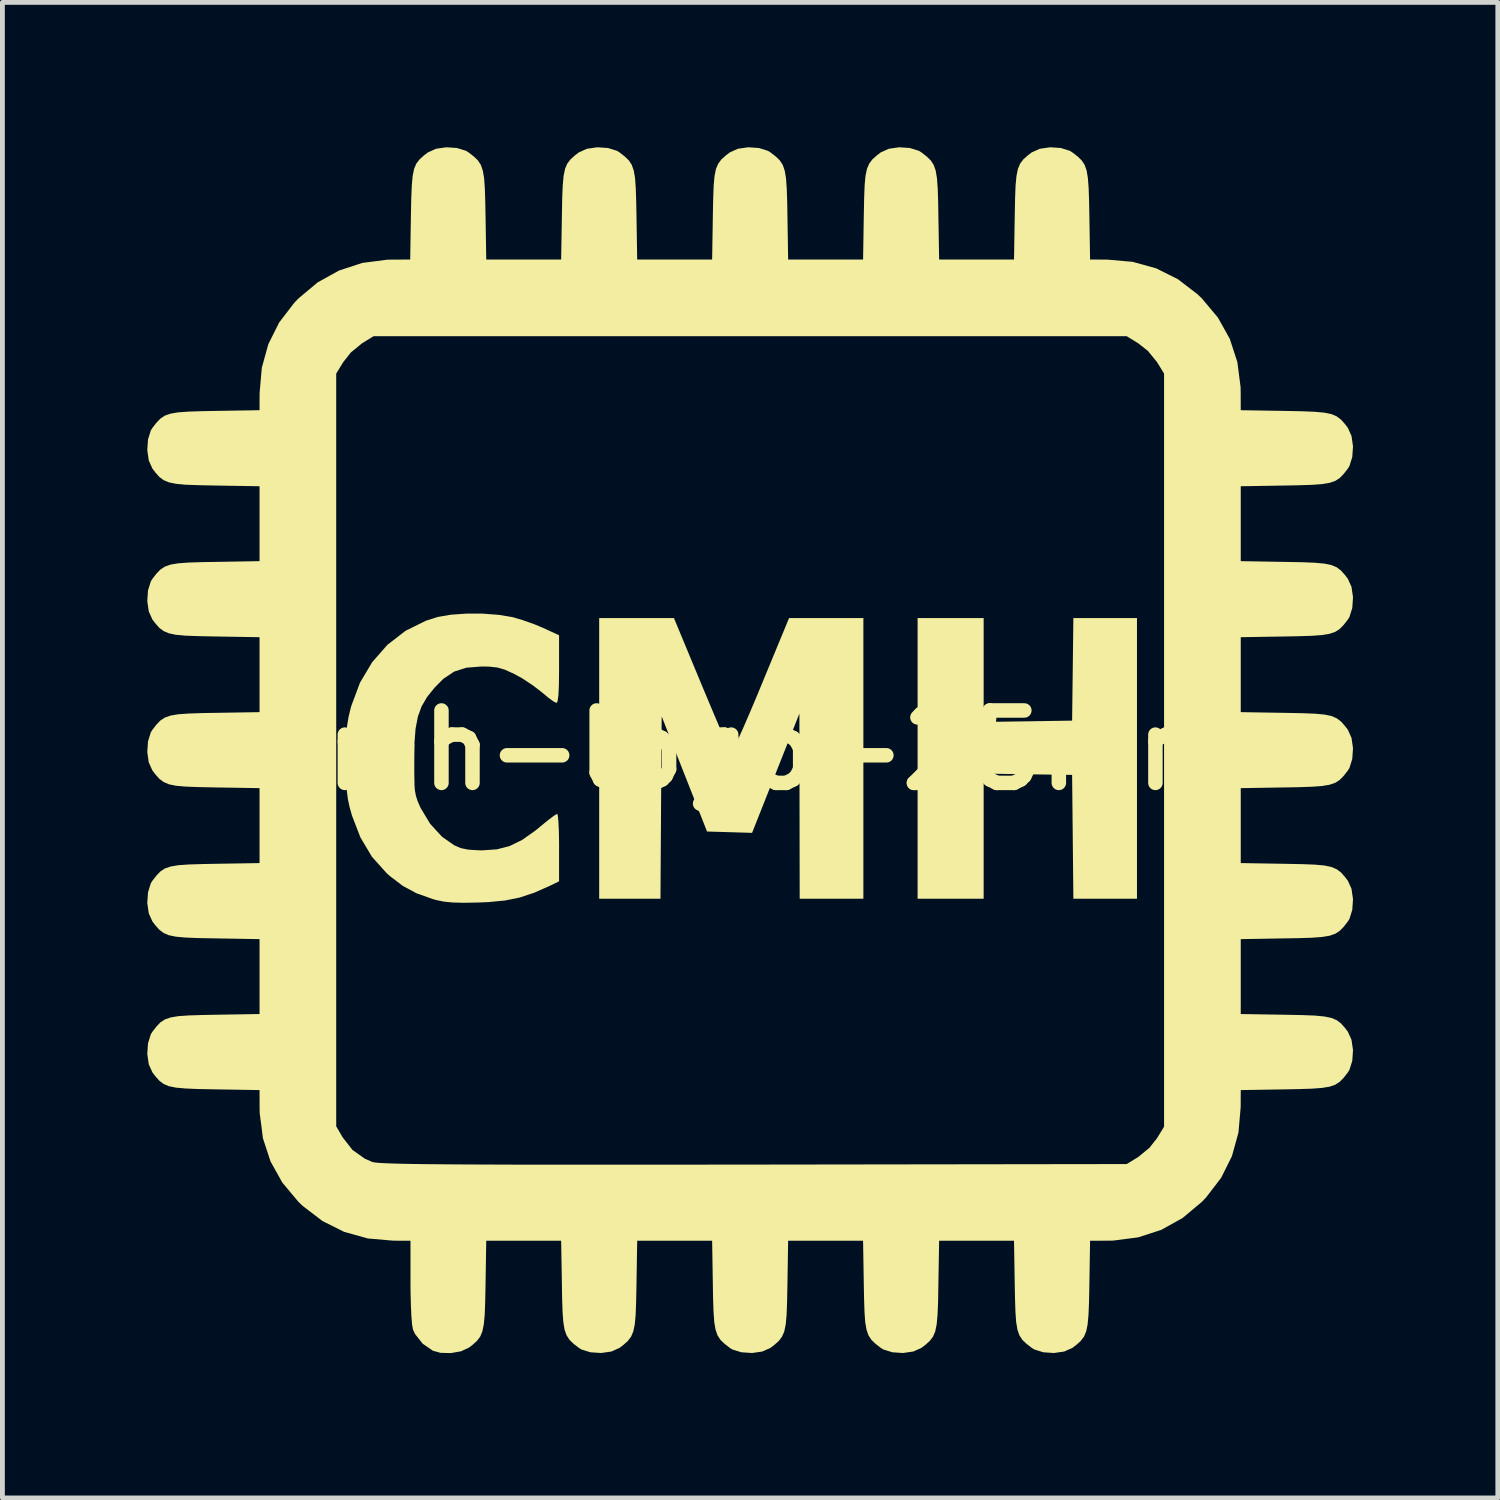
<source format=kicad_pcb>
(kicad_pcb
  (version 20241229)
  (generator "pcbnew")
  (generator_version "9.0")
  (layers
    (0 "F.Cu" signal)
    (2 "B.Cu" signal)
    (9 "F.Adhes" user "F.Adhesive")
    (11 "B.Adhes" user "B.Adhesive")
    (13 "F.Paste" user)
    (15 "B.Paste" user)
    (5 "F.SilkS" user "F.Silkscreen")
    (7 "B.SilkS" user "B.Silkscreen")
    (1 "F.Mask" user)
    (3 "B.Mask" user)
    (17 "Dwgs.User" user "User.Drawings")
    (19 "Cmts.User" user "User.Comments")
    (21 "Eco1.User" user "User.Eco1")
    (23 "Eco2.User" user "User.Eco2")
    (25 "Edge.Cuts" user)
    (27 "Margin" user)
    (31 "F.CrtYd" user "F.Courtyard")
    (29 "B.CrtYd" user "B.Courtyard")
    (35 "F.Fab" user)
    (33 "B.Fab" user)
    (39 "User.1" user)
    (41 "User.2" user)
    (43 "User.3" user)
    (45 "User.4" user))
  (footprint "cmh-logo-25mm"
    (layer "F.Cu")
    (at 12.485 12.485)
    (property "Reference" "cmh-logo-25mm" (at 0 0 0) (layer "F.SilkS") (effects (font (size 1.5 1.5) (thickness 0.3))))
    (attr board_only exclude_from_pos_files exclude_from_bom)
    (fp_poly (pts (xy 4.836 -1.66) (xy 4.836 -0.584) (xy 5.752 -0.597) (xy 6.668 -0.611) (xy 6.681 -1.673) (xy 6.694 -2.735) (xy 7.352 -2.735) (xy 8.011 -2.735) (xy 8.011 0.171) (xy 8.011 3.077) (xy 7.352 3.077) (xy 6.694 3.077) (xy 6.681 1.795) (xy 6.668 0.513) (xy 5.752 0.5) (xy 4.836 0.486) (xy 4.836 1.782) (xy 4.836 3.077) (xy 4.152 3.077) (xy 3.468 3.077) (xy 3.468 0.171) (xy 3.468 -2.735) (xy 4.152 -2.735) (xy 4.836 -2.735)) (stroke (width 0) (type solid)) (fill yes) (layer "F.SilkS"))
    (fp_poly (pts (xy -1.005 -1.355) (xy -0.861 -1.011) (xy -0.728 -0.695) (xy -0.611 -0.42) (xy -0.515 -0.197) (xy -0.444 -0.037) (xy -0.404 0.049) (xy -0.397 0.06) (xy -0.371 0.026) (xy -0.313 -0.089) (xy -0.227 -0.273) (xy -0.119 -0.516) (xy 0.007 -0.808) (xy 0.146 -1.138) (xy 0.221 -1.32) (xy 0.806 -2.735) (xy 1.575 -2.735) (xy 2.345 -2.735) (xy 2.345 0.171) (xy 2.345 3.077) (xy 1.685 3.077) (xy 1.026 3.077) (xy 1.023 1.16) (xy 1.02 -0.757) (xy 0.53 0.478) (xy 0.04 1.713) (xy -0.427 1.699) (xy -0.893 1.685) (xy -1.363 0.493) (xy -1.832 -0.699) (xy -1.845 1.189) (xy -1.857 3.077) (xy -2.492 3.077) (xy -3.126 3.077) (xy -3.126 0.171) (xy -3.126 -2.735) (xy -2.352 -2.735) (xy -1.578 -2.735)) (stroke (width 0) (type solid)) (fill yes) (layer "F.SilkS"))
    (fp_poly (pts (xy -5.539 -2.827) (xy -5.207 -2.802) (xy -4.933 -2.757) (xy -4.716 -2.695) (xy -4.471 -2.608) (xy -4.286 -2.531) (xy -3.957 -2.379) (xy -3.957 -1.678) (xy -3.96 -1.361) (xy -3.97 -1.14) (xy -3.988 -1.012) (xy -4.01 -0.977) (xy -4.071 -1.007) (xy -4.18 -1.087) (xy -4.314 -1.198) (xy -4.315 -1.199) (xy -4.5 -1.342) (xy -4.72 -1.487) (xy -4.884 -1.577) (xy -5.074 -1.664) (xy -5.233 -1.711) (xy -5.408 -1.73) (xy -5.568 -1.732) (xy -5.878 -1.707) (xy -6.131 -1.626) (xy -6.355 -1.476) (xy -6.538 -1.291) (xy -6.691 -1.099) (xy -6.804 -0.906) (xy -6.881 -0.694) (xy -6.929 -0.442) (xy -6.953 -0.13) (xy -6.959 0.195) (xy -6.959 0.476) (xy -6.954 0.681) (xy -6.943 0.831) (xy -6.921 0.948) (xy -6.887 1.054) (xy -6.837 1.169) (xy -6.824 1.197) (xy -6.628 1.524) (xy -6.381 1.794) (xy -6.13 1.969) (xy -5.993 2.029) (xy -5.836 2.061) (xy -5.626 2.074) (xy -5.544 2.075) (xy -5.248 2.055) (xy -4.983 1.987) (xy -4.723 1.86) (xy -4.446 1.665) (xy -4.325 1.565) (xy -4.183 1.449) (xy -4.068 1.362) (xy -4.001 1.32) (xy -3.995 1.319) (xy -3.982 1.365) (xy -3.97 1.491) (xy -3.961 1.681) (xy -3.957 1.916) (xy -3.957 2.018) (xy -3.957 2.717) (xy -4.14 2.806) (xy -4.467 2.951) (xy -4.766 3.051) (xy -5.07 3.113) (xy -5.417 3.147) (xy -5.642 3.156) (xy -5.939 3.161) (xy -6.164 3.155) (xy -6.343 3.137) (xy -6.499 3.105) (xy -6.57 3.085) (xy -6.91 2.964) (xy -7.193 2.812) (xy -7.459 2.609) (xy -7.528 2.548) (xy -7.832 2.209) (xy -8.071 1.808) (xy -8.247 1.351) (xy -8.296 1.176) (xy -8.33 1.016) (xy -8.352 0.844) (xy -8.364 0.636) (xy -8.37 0.366) (xy -8.371 0.22) (xy -8.37 -0.089) (xy -8.362 -0.327) (xy -8.345 -0.517) (xy -8.317 -0.686) (xy -8.275 -0.86) (xy -8.26 -0.915) (xy -8.08 -1.397) (xy -7.828 -1.821) (xy -7.512 -2.181) (xy -7.139 -2.47) (xy -6.715 -2.68) (xy -6.47 -2.758) (xy -6.206 -2.804) (xy -5.884 -2.827)) (stroke (width 0) (type solid)) (fill yes) (layer "F.SilkS"))
    (fp_poly (pts (xy 6.434 -12.47) (xy 6.622 -12.411) (xy 6.673 -12.379) (xy 6.784 -12.293) (xy 6.867 -12.212) (xy 6.928 -12.12) (xy 6.969 -12.002) (xy 6.995 -11.844) (xy 7.011 -11.629) (xy 7.02 -11.343) (xy 7.025 -11.085) (xy 7.04 -10.16) (xy 7.391 -10.159) (xy 7.919 -10.113) (xy 8.408 -9.978) (xy 8.857 -9.754) (xy 9.265 -9.441) (xy 9.355 -9.355) (xy 9.689 -8.956) (xy 9.934 -8.516) (xy 10.09 -8.037) (xy 10.157 -7.518) (xy 10.159 -7.391) (xy 10.16 -7.04) (xy 11.085 -7.025) (xy 11.432 -7.018) (xy 11.696 -7.007) (xy 11.893 -6.989) (xy 12.039 -6.959) (xy 12.147 -6.913) (xy 12.235 -6.846) (xy 12.316 -6.756) (xy 12.379 -6.673) (xy 12.454 -6.506) (xy 12.485 -6.292) (xy 12.47 -6.071) (xy 12.411 -5.883) (xy 12.379 -5.832) (xy 12.293 -5.721) (xy 12.212 -5.637) (xy 12.12 -5.577) (xy 12.002 -5.536) (xy 11.844 -5.509) (xy 11.629 -5.494) (xy 11.343 -5.485) (xy 11.085 -5.48) (xy 10.16 -5.465) (xy 10.16 -4.689) (xy 10.16 -3.914) (xy 11.085 -3.898) (xy 11.432 -3.892) (xy 11.696 -3.881) (xy 11.893 -3.863) (xy 12.039 -3.833) (xy 12.147 -3.787) (xy 12.235 -3.72) (xy 12.316 -3.63) (xy 12.379 -3.547) (xy 12.454 -3.38) (xy 12.485 -3.166) (xy 12.47 -2.945) (xy 12.411 -2.756) (xy 12.379 -2.705) (xy 12.293 -2.595) (xy 12.212 -2.511) (xy 12.12 -2.451) (xy 12.002 -2.41) (xy 11.844 -2.383) (xy 11.629 -2.368) (xy 11.343 -2.359) (xy 11.085 -2.354) (xy 10.16 -2.339) (xy 10.16 -1.563) (xy 10.16 -0.787) (xy 11.085 -0.772) (xy 11.432 -0.765) (xy 11.696 -0.755) (xy 11.893 -0.737) (xy 12.039 -0.707) (xy 12.147 -0.66) (xy 12.235 -0.594) (xy 12.316 -0.503) (xy 12.379 -0.421) (xy 12.454 -0.254) (xy 12.485 -0.04) (xy 12.47 0.182) (xy 12.411 0.37) (xy 12.379 0.421) (xy 12.293 0.532) (xy 12.212 0.615) (xy 12.12 0.675) (xy 12.002 0.716) (xy 11.844 0.743) (xy 11.629 0.758) (xy 11.343 0.768) (xy 11.085 0.772) (xy 10.16 0.787) (xy 10.16 1.563) (xy 10.16 2.339) (xy 11.085 2.354) (xy 11.432 2.361) (xy 11.696 2.371) (xy 11.893 2.389) (xy 12.039 2.42) (xy 12.147 2.466) (xy 12.235 2.532) (xy 12.316 2.623) (xy 12.379 2.705) (xy 12.454 2.872) (xy 12.485 3.087) (xy 12.47 3.308) (xy 12.411 3.496) (xy 12.379 3.547) (xy 12.293 3.658) (xy 12.212 3.741) (xy 12.12 3.801) (xy 12.002 3.843) (xy 11.844 3.869) (xy 11.629 3.885) (xy 11.343 3.894) (xy 11.085 3.898) (xy 10.16 3.914) (xy 10.16 4.689) (xy 10.16 5.465) (xy 11.085 5.48) (xy 11.432 5.487) (xy 11.696 5.497) (xy 11.893 5.516) (xy 12.039 5.546) (xy 12.147 5.592) (xy 12.235 5.658) (xy 12.316 5.749) (xy 12.379 5.832) (xy 12.454 5.999) (xy 12.485 6.213) (xy 12.47 6.434) (xy 12.411 6.622) (xy 12.379 6.673) (xy 12.293 6.784) (xy 12.212 6.867) (xy 12.12 6.928) (xy 12.002 6.969) (xy 11.844 6.995) (xy 11.629 7.011) (xy 11.343 7.02) (xy 11.085 7.025) (xy 10.16 7.04) (xy 10.159 7.391) (xy 10.113 7.919) (xy 9.978 8.408) (xy 9.754 8.857) (xy 9.441 9.265) (xy 9.355 9.355) (xy 8.956 9.689) (xy 8.516 9.934) (xy 8.037 10.09) (xy 7.518 10.157) (xy 7.391 10.159) (xy 7.04 10.16) (xy 7.025 11.085) (xy 7.018 11.432) (xy 7.007 11.696) (xy 6.989 11.893) (xy 6.959 12.039) (xy 6.913 12.147) (xy 6.846 12.235) (xy 6.756 12.316) (xy 6.673 12.379) (xy 6.506 12.454) (xy 6.292 12.485) (xy 6.071 12.47) (xy 5.883 12.411) (xy 5.832 12.379) (xy 5.721 12.293) (xy 5.637 12.212) (xy 5.577 12.12) (xy 5.536 12.002) (xy 5.509 11.844) (xy 5.494 11.629) (xy 5.485 11.343) (xy 5.48 11.085) (xy 5.465 10.16) (xy 4.689 10.16) (xy 3.914 10.16) (xy 3.898 11.085) (xy 3.892 11.432) (xy 3.881 11.696) (xy 3.863 11.893) (xy 3.833 12.039) (xy 3.787 12.147) (xy 3.72 12.235) (xy 3.63 12.316) (xy 3.547 12.379) (xy 3.38 12.454) (xy 3.166 12.485) (xy 2.945 12.47) (xy 2.756 12.411) (xy 2.705 12.379) (xy 2.595 12.293) (xy 2.511 12.212) (xy 2.451 12.12) (xy 2.41 12.002) (xy 2.383 11.844) (xy 2.368 11.629) (xy 2.359 11.343) (xy 2.354 11.085) (xy 2.339 10.16) (xy 1.563 10.16) (xy 0.787 10.16) (xy 0.772 11.085) (xy 0.765 11.432) (xy 0.755 11.696) (xy 0.737 11.893) (xy 0.707 12.039) (xy 0.66 12.147) (xy 0.594 12.235) (xy 0.503 12.316) (xy 0.421 12.379) (xy 0.254 12.454) (xy 0.04 12.485) (xy -0.182 12.47) (xy -0.37 12.411) (xy -0.421 12.379) (xy -0.532 12.293) (xy -0.615 12.212) (xy -0.675 12.12) (xy -0.716 12.002) (xy -0.743 11.844) (xy -0.758 11.629) (xy -0.768 11.343) (xy -0.772 11.085) (xy -0.787 10.16) (xy -1.563 10.16) (xy -2.339 10.16) (xy -2.354 11.085) (xy -2.361 11.432) (xy -2.371 11.696) (xy -2.389 11.893) (xy -2.42 12.039) (xy -2.466 12.147) (xy -2.532 12.235) (xy -2.623 12.316) (xy -2.705 12.379) (xy -2.872 12.454) (xy -3.087 12.485) (xy -3.308 12.47) (xy -3.496 12.411) (xy -3.547 12.379) (xy -3.658 12.293) (xy -3.741 12.212) (xy -3.801 12.12) (xy -3.843 12.002) (xy -3.869 11.844) (xy -3.885 11.629) (xy -3.894 11.343) (xy -3.898 11.085) (xy -3.914 10.16) (xy -4.689 10.16) (xy -5.465 10.16) (xy -5.48 11.085) (xy -5.487 11.432) (xy -5.497 11.696) (xy -5.516 11.894) (xy -5.546 12.039) (xy -5.591 12.147) (xy -5.657 12.234) (xy -5.747 12.315) (xy -5.824 12.374) (xy -5.988 12.45) (xy -6.2 12.487) (xy -6.414 12.481) (xy -6.57 12.438) (xy -6.781 12.293) (xy -6.94 12.091) (xy -6.982 12.001) (xy -7 11.904) (xy -7.015 11.727) (xy -7.026 11.488) (xy -7.033 11.204) (xy -7.034 11.012) (xy -7.034 10.16) (xy -7.388 10.159) (xy -7.916 10.113) (xy -8.406 9.977) (xy -8.857 9.752) (xy -9.266 9.439) (xy -9.355 9.354) (xy -9.688 8.956) (xy -9.933 8.517) (xy -10.09 8.038) (xy -10.121 7.791) (xy -8.572 7.791) (xy -8.438 8.02) (xy -8.235 8.28) (xy -7.974 8.464) (xy -7.821 8.53) (xy -7.781 8.538) (xy -7.708 8.546) (xy -7.598 8.553) (xy -7.447 8.559) (xy -7.251 8.565) (xy -7.006 8.57) (xy -6.707 8.574) (xy -6.352 8.577) (xy -5.935 8.58) (xy -5.453 8.582) (xy -4.902 8.584) (xy -4.277 8.585) (xy -3.575 8.585) (xy -2.791 8.585) (xy -1.922 8.585) (xy -0.963 8.584) (xy 0.077 8.583) (xy 7.799 8.572) (xy 8.038 8.425) (xy 8.269 8.236) (xy 8.425 8.038) (xy 8.572 7.799) (xy 8.572 0) (xy 8.572 -7.799) (xy 8.425 -8.038) (xy 8.236 -8.269) (xy 8.038 -8.425) (xy 7.799 -8.572) (xy 0 -8.572) (xy -7.799 -8.572) (xy -8.038 -8.425) (xy -8.269 -8.236) (xy -8.425 -8.038) (xy -8.572 -7.799) (xy -8.572 -0.004) (xy -8.572 7.791) (xy -10.121 7.791) (xy -10.157 7.519) (xy -10.159 7.391) (xy -10.16 7.04) (xy -11.085 7.025) (xy -11.432 7.018) (xy -11.696 7.007) (xy -11.893 6.989) (xy -12.039 6.959) (xy -12.147 6.913) (xy -12.235 6.846) (xy -12.316 6.756) (xy -12.379 6.673) (xy -12.454 6.506) (xy -12.485 6.292) (xy -12.47 6.071) (xy -12.411 5.883) (xy -12.379 5.832) (xy -12.293 5.721) (xy -12.212 5.637) (xy -12.12 5.577) (xy -12.002 5.536) (xy -11.844 5.509) (xy -11.629 5.494) (xy -11.343 5.485) (xy -11.085 5.48) (xy -10.16 5.465) (xy -10.16 4.689) (xy -10.16 3.914) (xy -11.085 3.898) (xy -11.432 3.892) (xy -11.696 3.881) (xy -11.893 3.863) (xy -12.039 3.833) (xy -12.147 3.787) (xy -12.235 3.72) (xy -12.316 3.63) (xy -12.379 3.547) (xy -12.454 3.38) (xy -12.485 3.166) (xy -12.47 2.945) (xy -12.411 2.756) (xy -12.379 2.705) (xy -12.293 2.595) (xy -12.212 2.511) (xy -12.12 2.451) (xy -12.002 2.41) (xy -11.844 2.383) (xy -11.629 2.368) (xy -11.343 2.359) (xy -11.085 2.354) (xy -10.16 2.339) (xy -10.16 1.563) (xy -10.16 0.787) (xy -11.085 0.772) (xy -11.432 0.765) (xy -11.696 0.755) (xy -11.893 0.737) (xy -12.039 0.707) (xy -12.147 0.66) (xy -12.235 0.594) (xy -12.316 0.503) (xy -12.379 0.421) (xy -12.454 0.254) (xy -12.485 0.04) (xy -12.47 -0.182) (xy -12.411 -0.37) (xy -12.379 -0.421) (xy -12.293 -0.532) (xy -12.212 -0.615) (xy -12.12 -0.675) (xy -12.002 -0.716) (xy -11.844 -0.743) (xy -11.629 -0.758) (xy -11.343 -0.768) (xy -11.085 -0.772) (xy -10.16 -0.787) (xy -10.16 -1.563) (xy -10.16 -2.339) (xy -11.085 -2.354) (xy -11.432 -2.361) (xy -11.696 -2.371) (xy -11.893 -2.389) (xy -12.039 -2.42) (xy -12.147 -2.466) (xy -12.235 -2.532) (xy -12.316 -2.623) (xy -12.379 -2.705) (xy -12.454 -2.872) (xy -12.485 -3.087) (xy -12.47 -3.308) (xy -12.411 -3.496) (xy -12.379 -3.547) (xy -12.293 -3.658) (xy -12.212 -3.741) (xy -12.12 -3.801) (xy -12.002 -3.843) (xy -11.844 -3.869) (xy -11.629 -3.885) (xy -11.343 -3.894) (xy -11.085 -3.898) (xy -10.16 -3.914) (xy -10.16 -4.689) (xy -10.16 -5.465) (xy -11.085 -5.48) (xy -11.432 -5.487) (xy -11.696 -5.497) (xy -11.893 -5.516) (xy -12.039 -5.546) (xy -12.147 -5.592) (xy -12.235 -5.658) (xy -12.316 -5.749) (xy -12.379 -5.832) (xy -12.454 -5.999) (xy -12.485 -6.213) (xy -12.47 -6.434) (xy -12.411 -6.622) (xy -12.379 -6.673) (xy -12.293 -6.784) (xy -12.212 -6.867) (xy -12.12 -6.928) (xy -12.002 -6.969) (xy -11.844 -6.995) (xy -11.629 -7.011) (xy -11.343 -7.02) (xy -11.085 -7.025) (xy -10.16 -7.04) (xy -10.159 -7.391) (xy -10.113 -7.919) (xy -9.978 -8.408) (xy -9.754 -8.856) (xy -9.441 -9.264) (xy -9.355 -9.354) (xy -8.955 -9.688) (xy -8.513 -9.933) (xy -8.032 -10.09) (xy -7.513 -10.157) (xy -7.391 -10.159) (xy -7.04 -10.16) (xy -7.025 -11.085) (xy -7.018 -11.432) (xy -7.007 -11.696) (xy -6.989 -11.893) (xy -6.959 -12.039) (xy -6.913 -12.147) (xy -6.846 -12.235) (xy -6.756 -12.316) (xy -6.673 -12.379) (xy -6.506 -12.454) (xy -6.292 -12.485) (xy -6.071 -12.47) (xy -5.883 -12.411) (xy -5.832 -12.379) (xy -5.721 -12.293) (xy -5.637 -12.212) (xy -5.577 -12.12) (xy -5.536 -12.002) (xy -5.509 -11.844) (xy -5.494 -11.629) (xy -5.485 -11.343) (xy -5.48 -11.085) (xy -5.465 -10.16) (xy -4.689 -10.16) (xy -3.914 -10.16) (xy -3.898 -11.085) (xy -3.892 -11.432) (xy -3.881 -11.696) (xy -3.863 -11.893) (xy -3.833 -12.039) (xy -3.787 -12.147) (xy -3.72 -12.235) (xy -3.63 -12.316) (xy -3.547 -12.379) (xy -3.38 -12.454) (xy -3.166 -12.485) (xy -2.945 -12.47) (xy -2.756 -12.411) (xy -2.705 -12.379) (xy -2.595 -12.293) (xy -2.511 -12.212) (xy -2.451 -12.12) (xy -2.41 -12.002) (xy -2.383 -11.844) (xy -2.368 -11.629) (xy -2.359 -11.343) (xy -2.354 -11.085) (xy -2.339 -10.16) (xy -1.563 -10.16) (xy -0.787 -10.16) (xy -0.772 -11.085) (xy -0.765 -11.432) (xy -0.755 -11.696) (xy -0.737 -11.893) (xy -0.707 -12.039) (xy -0.66 -12.147) (xy -0.594 -12.235) (xy -0.503 -12.316) (xy -0.421 -12.379) (xy -0.254 -12.454) (xy -0.04 -12.485) (xy 0.182 -12.47) (xy 0.37 -12.411) (xy 0.421 -12.379) (xy 0.532 -12.293) (xy 0.615 -12.212) (xy 0.675 -12.12) (xy 0.716 -12.002) (xy 0.743 -11.844) (xy 0.758 -11.629) (xy 0.768 -11.343) (xy 0.772 -11.085) (xy 0.787 -10.16) (xy 1.563 -10.16) (xy 2.339 -10.16) (xy 2.354 -11.085) (xy 2.361 -11.432) (xy 2.371 -11.696) (xy 2.389 -11.893) (xy 2.42 -12.039) (xy 2.466 -12.147) (xy 2.532 -12.235) (xy 2.623 -12.316) (xy 2.705 -12.379) (xy 2.872 -12.454) (xy 3.087 -12.485) (xy 3.308 -12.47) (xy 3.496 -12.411) (xy 3.547 -12.379) (xy 3.658 -12.293) (xy 3.741 -12.212) (xy 3.801 -12.12) (xy 3.843 -12.002) (xy 3.869 -11.844) (xy 3.885 -11.629) (xy 3.894 -11.343) (xy 3.898 -11.085) (xy 3.914 -10.16) (xy 4.689 -10.16) (xy 5.465 -10.16) (xy 5.48 -11.085) (xy 5.487 -11.432) (xy 5.497 -11.696) (xy 5.516 -11.893) (xy 5.546 -12.039) (xy 5.592 -12.147) (xy 5.658 -12.235) (xy 5.749 -12.316) (xy 5.832 -12.379) (xy 5.999 -12.454) (xy 6.213 -12.485)) (stroke (width 0) (type solid)) (fill yes) (layer "F.SilkS")))
  (gr_rect
    (start -3 -3)
    (end 27.969 27.971)
    (stroke (width 0.1) (type default))
    (fill no)
    (layer "Edge.Cuts")))
</source>
